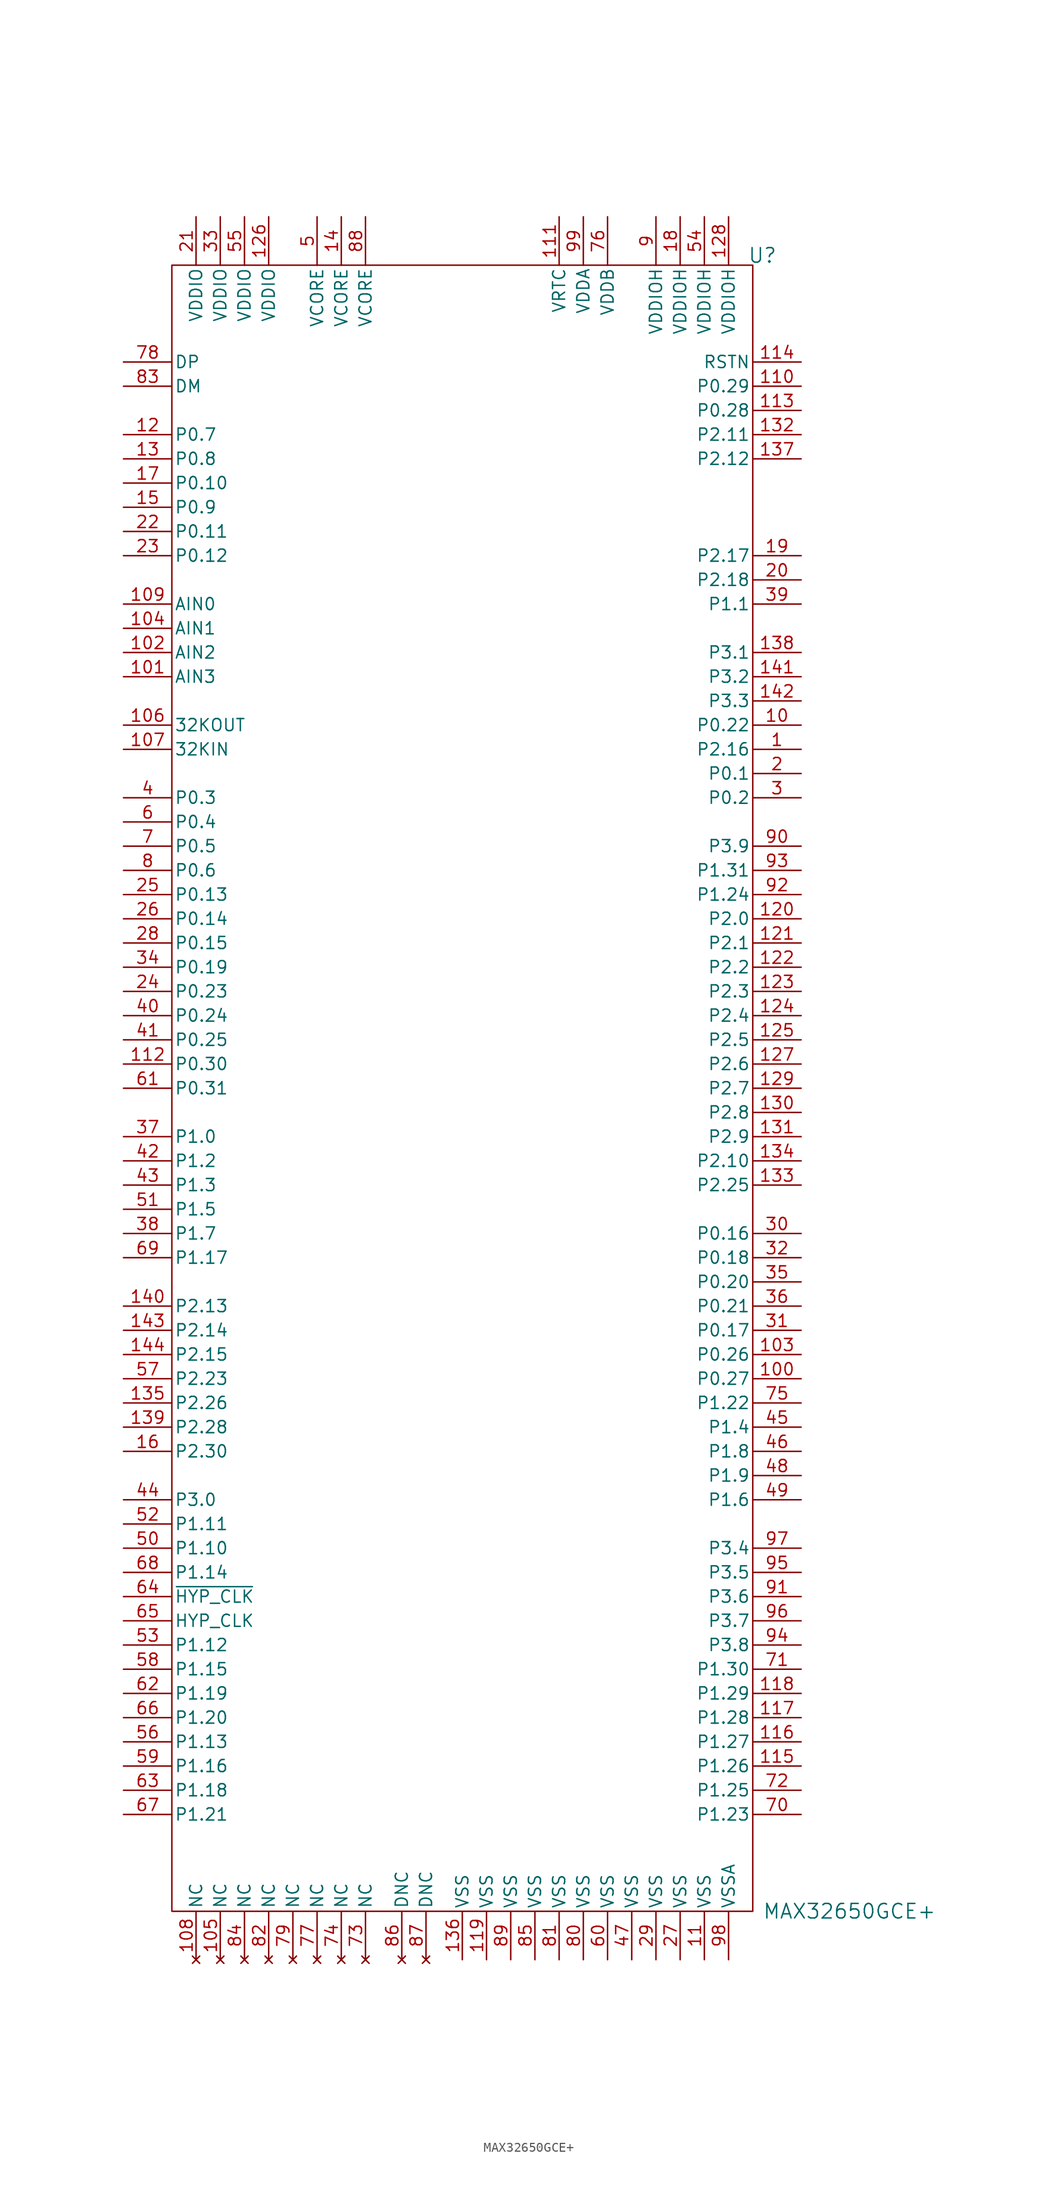
<source format=kicad_sym>
(kicad_symbol_lib
  (version 20231120)
  (generator "kicad_symbol_editor")
  (generator_version "8.0")
  (symbol "MAX32650GCE+"
    (pin_names
      (offset 0.254))
    (property "Reference" "U"
      (at 31.496 89.916 0)
      (effects (font (size 1.524 1.524))))
    (property "Value" "MAX32650GCE+"
      (at 31.496 -83.82 0)
      (effects (font (size 1.524 1.524)) (justify left)))
    (symbol "MAX32650GCE+_1_1"
      (rectangle (start -30.48 88.9) (end 30.48 -83.82) (stroke (width 0) (type default)) (fill (type none)))
      (pin bidirectional line (at 35.56 38.1 180) (length 5.08) (name "P2.16" (effects (font (size 1.27 1.27)))) (number "1" (effects (font (size 1.27 1.27)))) (alternate "CLCD_R5" bidirectional line) (alternate "UART1_TX" bidirectional line))
      (pin bidirectional line (at 35.56 40.64 180) (length 5.08) (name "P0.22" (effects (font (size 1.27 1.27)))) (number "10" (effects (font (size 1.27 1.27)))) (alternate "CLCD_VDEN" bidirectional line) (alternate "SPI0_SS0" bidirectional line))
      (pin bidirectional line (at 35.56 -27.94 180) (length 5.08) (name "P0.27" (effects (font (size 1.27 1.27)))) (number "100" (effects (font (size 1.27 1.27)))) (alternate "TDO" bidirectional line))
      (pin input line (at -35.56 45.72 0) (length 5.08) (name "AIN3" (effects (font (size 1.27 1.27)))) (number "101" (effects (font (size 1.27 1.27)))))
      (pin input line (at -35.56 48.26 0) (length 5.08) (name "AIN2" (effects (font (size 1.27 1.27)))) (number "102" (effects (font (size 1.27 1.27)))))
      (pin bidirectional line (at 35.56 -25.4 180) (length 5.08) (name "P0.26" (effects (font (size 1.27 1.27)))) (number "103" (effects (font (size 1.27 1.27)))) (alternate "TDI" bidirectional line))
      (pin input line (at -35.56 50.8 0) (length 5.08) (name "AIN1" (effects (font (size 1.27 1.27)))) (number "104" (effects (font (size 1.27 1.27)))))
      (pin no_connect line (at -25.4 -88.9 90) (length 5.08) (name "NC" (effects (font (size 1.27 1.27)))) (number "105" (effects (font (size 1.27 1.27)))))
      (pin output line (at -35.56 40.64 0) (length 5.08) (name "32KOUT" (effects (font (size 1.27 1.27)))) (number "106" (effects (font (size 1.27 1.27)))))
      (pin bidirectional line (at -35.56 38.1 0) (length 5.08) (name "32KIN" (effects (font (size 1.27 1.27)))) (number "107" (effects (font (size 1.27 1.27)))))
      (pin no_connect line (at -27.94 -88.9 90) (length 5.08) (name "NC" (effects (font (size 1.27 1.27)))) (number "108" (effects (font (size 1.27 1.27)))))
      (pin bidirectional line (at -35.56 53.34 0) (length 5.08) (name "AIN0" (effects (font (size 1.27 1.27)))) (number "109" (effects (font (size 1.27 1.27)))))
      (pin power_out line (at 25.4 -88.9 90) (length 5.08) (name "VSS" (effects (font (size 1.27 1.27)))) (number "11" (effects (font (size 1.27 1.27)))))
      (pin bidirectional line (at 35.56 76.2 180) (length 5.08) (name "P0.29" (effects (font (size 1.27 1.27)))) (number "110" (effects (font (size 1.27 1.27)))) (alternate "TCK (SWDCLK)" bidirectional line))
      (pin unspecified line (at 10.16 93.98 270) (length 5.08) (name "VRTC" (effects (font (size 1.27 1.27)))) (number "111" (effects (font (size 1.27 1.27)))))
      (pin bidirectional line (at -35.56 5.08 0) (length 5.08) (name "P0.30" (effects (font (size 1.27 1.27)))) (number "112" (effects (font (size 1.27 1.27)))) (alternate "CLCD_B0" bidirectional line))
      (pin bidirectional line (at 35.56 73.66 180) (length 5.08) (name "P0.28" (effects (font (size 1.27 1.27)))) (number "113" (effects (font (size 1.27 1.27)))) (alternate "TMS (SWDIO)" bidirectional line))
      (pin unspecified line (at 35.56 78.74 180) (length 5.08) (name "RSTN" (effects (font (size 1.27 1.27)))) (number "114" (effects (font (size 1.27 1.27)))))
      (pin bidirectional line (at 35.56 -68.58 180) (length 5.08) (name "P1.26" (effects (font (size 1.27 1.27)))) (number "115" (effects (font (size 1.27 1.27)))) (alternate "CLCD_B4" bidirectional line) (alternate "SPI1_SCK" bidirectional line))
      (pin bidirectional line (at 35.56 -66.04 180) (length 5.08) (name "P1.27" (effects (font (size 1.27 1.27)))) (number "116" (effects (font (size 1.27 1.27)))) (alternate "CLCD_B5" bidirectional line) (alternate "SPI1_SS3" bidirectional line))
      (pin bidirectional line (at 35.56 -63.5 180) (length 5.08) (name "P1.28" (effects (font (size 1.27 1.27)))) (number "117" (effects (font (size 1.27 1.27)))) (alternate "CLCD_B6" bidirectional line) (alternate "SPI1_MISO" bidirectional line))
      (pin bidirectional line (at 35.56 -60.96 180) (length 5.08) (name "P1.29" (effects (font (size 1.27 1.27)))) (number "118" (effects (font (size 1.27 1.27)))) (alternate "CLCD_B7" bidirectional line) (alternate "SPI1_MOSI" bidirectional line))
      (pin power_out line (at 2.54 -88.9 90) (length 5.08) (name "VSS" (effects (font (size 1.27 1.27)))) (number "119" (effects (font (size 1.27 1.27)))))
      (pin bidirectional line (at -35.56 71.12 0) (length 5.08) (name "P0.7" (effects (font (size 1.27 1.27)))) (number "12" (effects (font (size 1.27 1.27)))) (alternate "SPIXF_SS0" bidirectional line))
      (pin bidirectional line (at 35.56 20.32 180) (length 5.08) (name "P2.0" (effects (font (size 1.27 1.27)))) (number "120" (effects (font (size 1.27 1.27)))) (alternate "PT9" bidirectional line) (alternate "SPI2_SS2" bidirectional line))
      (pin bidirectional line (at 35.56 17.78 180) (length 5.08) (name "P2.1" (effects (font (size 1.27 1.27)))) (number "121" (effects (font (size 1.27 1.27)))) (alternate "PT10" bidirectional line) (alternate "SPI2_SS1" bidirectional line))
      (pin bidirectional line (at 35.56 15.24 180) (length 5.08) (name "P2.2" (effects (font (size 1.27 1.27)))) (number "122" (effects (font (size 1.27 1.27)))) (alternate "CLCD_LEND" bidirectional line) (alternate "SPI2_SCK (I2S-BCLK)" bidirectional line))
      (pin bidirectional line (at 35.56 12.7 180) (length 5.08) (name "P2.3" (effects (font (size 1.27 1.27)))) (number "123" (effects (font (size 1.27 1.27)))) (alternate "CLCD_PWREN" bidirectional line) (alternate "SPI2_MISO (I2S-SDI)" bidirectional line))
      (pin bidirectional line (at 35.56 10.16 180) (length 5.08) (name "P2.4" (effects (font (size 1.27 1.27)))) (number "124" (effects (font (size 1.27 1.27)))) (alternate "SPI2_MOSI (I2S-SDO)" bidirectional line))
      (pin bidirectional line (at 35.56 7.62 180) (length 5.08) (name "P2.5" (effects (font (size 1.27 1.27)))) (number "125" (effects (font (size 1.27 1.27)))) (alternate "PT11" bidirectional line) (alternate "SPI2_SS0 (I2S_LRCLK)" bidirectional line))
      (pin power_in line (at -20.32 93.98 270) (length 5.08) (name "VDDIO" (effects (font (size 1.27 1.27)))) (number "126" (effects (font (size 1.27 1.27)))))
      (pin bidirectional line (at 35.56 5.08 180) (length 5.08) (name "P2.6" (effects (font (size 1.27 1.27)))) (number "127" (effects (font (size 1.27 1.27)))) (alternate "CLCD_VSYNC" bidirectional line) (alternate "SPI2_SS3" bidirectional line))
      (pin power_in line (at 27.94 93.98 270) (length 5.08) (name "VDDIOH" (effects (font (size 1.27 1.27)))) (number "128" (effects (font (size 1.27 1.27)))))
      (pin bidirectional line (at 35.56 2.54 180) (length 5.08) (name "P2.7" (effects (font (size 1.27 1.27)))) (number "129" (effects (font (size 1.27 1.27)))) (alternate "I2C0_SDA" bidirectional line))
      (pin bidirectional line (at -35.56 68.58 0) (length 5.08) (name "P0.8" (effects (font (size 1.27 1.27)))) (number "13" (effects (font (size 1.27 1.27)))) (alternate "SPIXF_SCK" bidirectional line))
      (pin bidirectional line (at 35.56 0 180) (length 5.08) (name "P2.8" (effects (font (size 1.27 1.27)))) (number "130" (effects (font (size 1.27 1.27)))) (alternate "I2C0_SCL" bidirectional line))
      (pin bidirectional line (at 35.56 -2.54 180) (length 5.08) (name "P2.9" (effects (font (size 1.27 1.27)))) (number "131" (effects (font (size 1.27 1.27)))) (alternate "PT12" bidirectional line) (alternate "UART0_CTS" bidirectional line))
      (pin bidirectional line (at 35.56 71.12 180) (length 5.08) (name "P2.11" (effects (font (size 1.27 1.27)))) (number "132" (effects (font (size 1.27 1.27)))) (alternate "PT13" bidirectional line) (alternate "UART0_RX" bidirectional line))
      (pin bidirectional line (at 35.56 -7.62 180) (length 5.08) (name "P2.25" (effects (font (size 1.27 1.27)))) (number "133" (effects (font (size 1.27 1.27)))) (alternate "PT11" bidirectional line))
      (pin bidirectional line (at 35.56 -5.08 180) (length 5.08) (name "P2.10" (effects (font (size 1.27 1.27)))) (number "134" (effects (font (size 1.27 1.27)))) (alternate "PT14" bidirectional line) (alternate "UART0_RTS" bidirectional line))
      (pin bidirectional line (at -35.56 -30.48 0) (length 5.08) (name "P2.26" (effects (font (size 1.27 1.27)))) (number "135" (effects (font (size 1.27 1.27)))) (alternate "PT12" bidirectional line))
      (pin power_out line (at 0 -88.9 90) (length 5.08) (name "VSS" (effects (font (size 1.27 1.27)))) (number "136" (effects (font (size 1.27 1.27)))))
      (pin bidirectional line (at 35.56 68.58 180) (length 5.08) (name "P2.12" (effects (font (size 1.27 1.27)))) (number "137" (effects (font (size 1.27 1.27)))) (alternate "PT15" bidirectional line) (alternate "UART0_TX" bidirectional line))
      (pin bidirectional line (at 35.56 48.26 180) (length 5.08) (name "P3.1" (effects (font (size 1.27 1.27)))) (number "138" (effects (font (size 1.27 1.27)))) (alternate "SPI0_MISO" bidirectional line))
      (pin bidirectional line (at -35.56 -33.02 0) (length 5.08) (name "P2.28" (effects (font (size 1.27 1.27)))) (number "139" (effects (font (size 1.27 1.27)))) (alternate "PT14" bidirectional line))
      (pin unspecified line (at -12.7 93.98 270) (length 5.08) (name "VCORE" (effects (font (size 1.27 1.27)))) (number "14" (effects (font (size 1.27 1.27)))))
      (pin bidirectional line (at -35.56 -20.32 0) (length 5.08) (name "P2.13" (effects (font (size 1.27 1.27)))) (number "140" (effects (font (size 1.27 1.27)))) (alternate "CLCD_R2" bidirectional line) (alternate "UART1_CTS" bidirectional line))
      (pin bidirectional line (at 35.56 45.72 180) (length 5.08) (name "P3.2" (effects (font (size 1.27 1.27)))) (number "141" (effects (font (size 1.27 1.27)))) (alternate "SPI0_MOSI" bidirectional line))
      (pin bidirectional line (at 35.56 43.18 180) (length 5.08) (name "P3.3" (effects (font (size 1.27 1.27)))) (number "142" (effects (font (size 1.27 1.27)))) (alternate "SPI0_SCK" bidirectional line))
      (pin bidirectional line (at -35.56 -22.86 0) (length 5.08) (name "P2.14" (effects (font (size 1.27 1.27)))) (number "143" (effects (font (size 1.27 1.27)))) (alternate "CLCD_R3" bidirectional line) (alternate "UART1_RX" bidirectional line))
      (pin bidirectional line (at -35.56 -25.4 0) (length 5.08) (name "P2.15" (effects (font (size 1.27 1.27)))) (number "144" (effects (font (size 1.27 1.27)))) (alternate "CLCD_R4" bidirectional line) (alternate "UART1_RTS" bidirectional line))
      (pin bidirectional line (at -35.56 63.5 0) (length 5.08) (name "P0.9" (effects (font (size 1.27 1.27)))) (number "15" (effects (font (size 1.27 1.27)))) (alternate "SPIXF_SDIO1" bidirectional line))
      (pin bidirectional line (at -35.56 -35.56 0) (length 5.08) (name "P2.30" (effects (font (size 1.27 1.27)))) (number "16" (effects (font (size 1.27 1.27)))) (alternate "PT1" bidirectional line))
      (pin bidirectional line (at -35.56 66.04 0) (length 5.08) (name "P0.10" (effects (font (size 1.27 1.27)))) (number "17" (effects (font (size 1.27 1.27)))) (alternate "SPIXF_SDIO0" bidirectional line))
      (pin power_in line (at 22.86 93.98 270) (length 5.08) (name "VDDIOH" (effects (font (size 1.27 1.27)))) (number "18" (effects (font (size 1.27 1.27)))))
      (pin bidirectional line (at 35.56 58.42 180) (length 5.08) (name "P2.17" (effects (font (size 1.27 1.27)))) (number "19" (effects (font (size 1.27 1.27)))) (alternate "CLCD_R6" bidirectional line) (alternate "I2C1_SDA" bidirectional line))
      (pin bidirectional line (at 35.56 35.56 180) (length 5.08) (name "P0.1" (effects (font (size 1.27 1.27)))) (number "2" (effects (font (size 1.27 1.27)))) (alternate "SPIXR_SDIO0" bidirectional line))
      (pin bidirectional line (at 35.56 55.88 180) (length 5.08) (name "P2.18" (effects (font (size 1.27 1.27)))) (number "20" (effects (font (size 1.27 1.27)))) (alternate "CLCD_R7" bidirectional line) (alternate "I2C1_SCL" bidirectional line))
      (pin power_in line (at -27.94 93.98 270) (length 5.08) (name "VDDIO" (effects (font (size 1.27 1.27)))) (number "21" (effects (font (size 1.27 1.27)))))
      (pin bidirectional line (at -35.56 60.96 0) (length 5.08) (name "P0.11" (effects (font (size 1.27 1.27)))) (number "22" (effects (font (size 1.27 1.27)))) (alternate "SPIXF_SDIO2" bidirectional line))
      (pin bidirectional line (at -35.56 58.42 0) (length 5.08) (name "P0.12" (effects (font (size 1.27 1.27)))) (number "23" (effects (font (size 1.27 1.27)))) (alternate "SPIXF_SDIO3" bidirectional line))
      (pin bidirectional line (at -35.56 12.7 0) (length 5.08) (name "P0.23" (effects (font (size 1.27 1.27)))) (number "24" (effects (font (size 1.27 1.27)))) (alternate "CLCD_CLK" bidirectional line) (alternate "PT15" bidirectional line))
      (pin bidirectional line (at -35.56 22.86 0) (length 5.08) (name "P0.13" (effects (font (size 1.27 1.27)))) (number "25" (effects (font (size 1.27 1.27)))) (alternate "CLCD_G0" bidirectional line) (alternate "SPI3_SS1" bidirectional line))
      (pin bidirectional line (at -35.56 20.32 0) (length 5.08) (name "P0.14" (effects (font (size 1.27 1.27)))) (number "26" (effects (font (size 1.27 1.27)))) (alternate "CLCD_G1" bidirectional line) (alternate "SPI3_SS2" bidirectional line))
      (pin power_out line (at 22.86 -88.9 90) (length 5.08) (name "VSS" (effects (font (size 1.27 1.27)))) (number "27" (effects (font (size 1.27 1.27)))))
      (pin bidirectional line (at -35.56 17.78 0) (length 5.08) (name "P0.15" (effects (font (size 1.27 1.27)))) (number "28" (effects (font (size 1.27 1.27)))) (alternate "CLCD_G2" bidirectional line) (alternate "SPI3_SDIO3" bidirectional line))
      (pin power_out line (at 20.32 -88.9 90) (length 5.08) (name "VSS" (effects (font (size 1.27 1.27)))) (number "29" (effects (font (size 1.27 1.27)))))
      (pin bidirectional line (at 35.56 33.02 180) (length 5.08) (name "P0.2" (effects (font (size 1.27 1.27)))) (number "3" (effects (font (size 1.27 1.27)))) (alternate "SPIXR_SDIO2" bidirectional line))
      (pin bidirectional line (at 35.56 -12.7 180) (length 5.08) (name "P0.16" (effects (font (size 1.27 1.27)))) (number "30" (effects (font (size 1.27 1.27)))) (alternate "CLCD_G3" bidirectional line) (alternate "SPI3_SCK" bidirectional line))
      (pin bidirectional line (at 35.56 -22.86 180) (length 5.08) (name "P0.17" (effects (font (size 1.27 1.27)))) (number "31" (effects (font (size 1.27 1.27)))) (alternate "CLCD_G4" bidirectional line) (alternate "SPI3_SDIO2" bidirectional line))
      (pin bidirectional line (at 35.56 -15.24 180) (length 5.08) (name "P0.18" (effects (font (size 1.27 1.27)))) (number "32" (effects (font (size 1.27 1.27)))) (alternate "CLCD_G5" bidirectional line) (alternate "SPI3_SS3" bidirectional line))
      (pin power_in line (at -25.4 93.98 270) (length 5.08) (name "VDDIO" (effects (font (size 1.27 1.27)))) (number "33" (effects (font (size 1.27 1.27)))))
      (pin bidirectional line (at -35.56 15.24 0) (length 5.08) (name "P0.19" (effects (font (size 1.27 1.27)))) (number "34" (effects (font (size 1.27 1.27)))) (alternate "CLCD_G6" bidirectional line) (alternate "SPI3_SS0" bidirectional line))
      (pin bidirectional line (at 35.56 -17.78 180) (length 5.08) (name "P0.20" (effects (font (size 1.27 1.27)))) (number "35" (effects (font (size 1.27 1.27)))) (alternate "CLCD_G7" bidirectional line) (alternate "SPI3_SDIO1" bidirectional line))
      (pin bidirectional line (at 35.56 -20.32 180) (length 5.08) (name "P0.21" (effects (font (size 1.27 1.27)))) (number "36" (effects (font (size 1.27 1.27)))) (alternate "SPI3_SDIO0" bidirectional line))
      (pin bidirectional line (at -35.56 -2.54 0) (length 5.08) (name "P1.0" (effects (font (size 1.27 1.27)))) (number "37" (effects (font (size 1.27 1.27)))) (alternate "SDHC_CMD" bidirectional line) (alternate "SPIXF_SDIO3" bidirectional line))
      (pin bidirectional line (at -35.56 -12.7 0) (length 5.08) (name "P1.7" (effects (font (size 1.27 1.27)))) (number "38" (effects (font (size 1.27 1.27)))) (alternate "PT1" bidirectional line) (alternate "UART2_CTS" bidirectional line))
      (pin bidirectional line (at 35.56 53.34 180) (length 5.08) (name "P1.1" (effects (font (size 1.27 1.27)))) (number "39" (effects (font (size 1.27 1.27)))) (alternate "SDHC_DAT2" bidirectional line) (alternate "SPIXF_SDIO1" bidirectional line))
      (pin bidirectional line (at -35.56 33.02 0) (length 5.08) (name "P0.3" (effects (font (size 1.27 1.27)))) (number "4" (effects (font (size 1.27 1.27)))) (alternate "SPIXR_SCK" bidirectional line))
      (pin bidirectional line (at -35.56 10.16 0) (length 5.08) (name "P0.24" (effects (font (size 1.27 1.27)))) (number "40" (effects (font (size 1.27 1.27)))) (alternate "CLCD_HSYNC" bidirectional line) (alternate "RXEV" bidirectional line))
      (pin bidirectional line (at -35.56 7.62 0) (length 5.08) (name "P0.25" (effects (font (size 1.27 1.27)))) (number "41" (effects (font (size 1.27 1.27)))) (alternate "CLCD_B0" bidirectional line) (alternate "TXEV" bidirectional line))
      (pin bidirectional line (at -35.56 -5.08 0) (length 5.08) (name "P1.2" (effects (font (size 1.27 1.27)))) (number "42" (effects (font (size 1.27 1.27)))) (alternate "SDHC_WP" bidirectional line) (alternate "SPIXF_SS0" bidirectional line))
      (pin bidirectional line (at -35.56 -7.62 0) (length 5.08) (name "P1.3" (effects (font (size 1.27 1.27)))) (number "43" (effects (font (size 1.27 1.27)))) (alternate "CLCD_CLK" bidirectional line) (alternate "SDHC_DAT3" bidirectional line))
      (pin bidirectional line (at -35.56 -40.64 0) (length 5.08) (name "P3.0" (effects (font (size 1.27 1.27)))) (number "44" (effects (font (size 1.27 1.27)))) (alternate "HYP_CS1N" bidirectional line) (alternate "PDOWN" bidirectional line))
      (pin bidirectional line (at 35.56 -33.02 180) (length 5.08) (name "P1.4" (effects (font (size 1.27 1.27)))) (number "45" (effects (font (size 1.27 1.27)))) (alternate "SDHC_DAT0" bidirectional line) (alternate "SPIXF_SDIO0" bidirectional line))
      (pin bidirectional line (at 35.56 -35.56 180) (length 5.08) (name "P1.8" (effects (font (size 1.27 1.27)))) (number "46" (effects (font (size 1.27 1.27)))) (alternate "PT2" bidirectional line) (alternate "UART2_RTS" bidirectional line))
      (pin power_out line (at 17.78 -88.9 90) (length 5.08) (name "VSS" (effects (font (size 1.27 1.27)))) (number "47" (effects (font (size 1.27 1.27)))))
      (pin bidirectional line (at 35.56 -38.1 180) (length 5.08) (name "P1.9" (effects (font (size 1.27 1.27)))) (number "48" (effects (font (size 1.27 1.27)))) (alternate "PT3" bidirectional line) (alternate "UART2_RX" bidirectional line))
      (pin bidirectional line (at 35.56 -40.64 180) (length 5.08) (name "P1.6" (effects (font (size 1.27 1.27)))) (number "49" (effects (font (size 1.27 1.27)))) (alternate "PT0" bidirectional line) (alternate "SDHC_DAT1" bidirectional line))
      (pin power_in line (at -15.24 93.98 270) (length 5.08) (name "VCORE" (effects (font (size 1.27 1.27)))) (number "5" (effects (font (size 1.27 1.27)))))
      (pin bidirectional line (at -35.56 -45.72 0) (length 5.08) (name "P1.10" (effects (font (size 1.27 1.27)))) (number "50" (effects (font (size 1.27 1.27)))) (alternate "PT4" bidirectional line) (alternate "UART2_TX" bidirectional line))
      (pin bidirectional line (at -35.56 -10.16 0) (length 5.08) (name "P1.5" (effects (font (size 1.27 1.27)))) (number "51" (effects (font (size 1.27 1.27)))) (alternate "SDHC_CLK" bidirectional line) (alternate "SPIXF_SCK" bidirectional line))
      (pin bidirectional line (at -35.56 -43.18 0) (length 5.08) (name "P1.11" (effects (font (size 1.27 1.27)))) (number "52" (effects (font (size 1.27 1.27)))) (alternate "HYP_CS0N" bidirectional line) (alternate "SPIXR_SDIO0" bidirectional line))
      (pin bidirectional line (at -35.56 -55.88 0) (length 5.08) (name "P1.12" (effects (font (size 1.27 1.27)))) (number "53" (effects (font (size 1.27 1.27)))) (alternate "HYP_D0" bidirectional line) (alternate "SPIXR_SDIO1" bidirectional line))
      (pin power_in line (at 25.4 93.98 270) (length 5.08) (name "VDDIOH" (effects (font (size 1.27 1.27)))) (number "54" (effects (font (size 1.27 1.27)))))
      (pin power_in line (at -22.86 93.98 270) (length 5.08) (name "VDDIO" (effects (font (size 1.27 1.27)))) (number "55" (effects (font (size 1.27 1.27)))))
      (pin bidirectional line (at -35.56 -66.04 0) (length 5.08) (name "P1.13" (effects (font (size 1.27 1.27)))) (number "56" (effects (font (size 1.27 1.27)))) (alternate "HYP_D4" bidirectional line) (alternate "SPIXR_SS0" bidirectional line))
      (pin bidirectional line (at -35.56 -27.94 0) (length 5.08) (name "P2.23" (effects (font (size 1.27 1.27)))) (number "57" (effects (font (size 1.27 1.27)))) (alternate "PT6" bidirectional line) (alternate "SPIXR_SDIO3" bidirectional line))
      (pin bidirectional line (at -35.56 -58.42 0) (length 5.08) (name "P1.15" (effects (font (size 1.27 1.27)))) (number "58" (effects (font (size 1.27 1.27)))) (alternate "HYP_D1" bidirectional line) (alternate "SPIXR_SDIO2" bidirectional line))
      (pin bidirectional line (at -35.56 -68.58 0) (length 5.08) (name "P1.16" (effects (font (size 1.27 1.27)))) (number "59" (effects (font (size 1.27 1.27)))) (alternate "HYP_D5" bidirectional line) (alternate "SPIXR_SCK" bidirectional line))
      (pin bidirectional line (at -35.56 30.48 0) (length 5.08) (name "P0.4" (effects (font (size 1.27 1.27)))) (number "6" (effects (font (size 1.27 1.27)))) (alternate "SPIXR_SDIO3" bidirectional line))
      (pin power_out line (at 15.24 -88.9 90) (length 5.08) (name "VSS" (effects (font (size 1.27 1.27)))) (number "60" (effects (font (size 1.27 1.27)))))
      (pin bidirectional line (at -35.56 2.54 0) (length 5.08) (name "P0.31" (effects (font (size 1.27 1.27)))) (number "61" (effects (font (size 1.27 1.27)))) (alternate "32KCAL" bidirectional line) (alternate "SDHC_CDN" bidirectional line))
      (pin bidirectional line (at -35.56 -60.96 0) (length 5.08) (name "P1.19" (effects (font (size 1.27 1.27)))) (number "62" (effects (font (size 1.27 1.27)))) (alternate "HYP_D2" bidirectional line) (alternate "PT7" bidirectional line))
      (pin bidirectional line (at -35.56 -71.12 0) (length 5.08) (name "P1.18" (effects (font (size 1.27 1.27)))) (number "63" (effects (font (size 1.27 1.27)))) (alternate "HYP_D6" bidirectional line) (alternate "PT6" bidirectional line))
      (pin unspecified line (at -35.56 -50.8 0) (length 5.08) (name "~{HYP_CLK}" (effects (font (size 1.27 1.27)))) (number "64" (effects (font (size 1.27 1.27)))))
      (pin unspecified line (at -35.56 -53.34 0) (length 5.08) (name "HYP_CLK" (effects (font (size 1.27 1.27)))) (number "65" (effects (font (size 1.27 1.27)))))
      (pin bidirectional line (at -35.56 -63.5 0) (length 5.08) (name "P1.20" (effects (font (size 1.27 1.27)))) (number "66" (effects (font (size 1.27 1.27)))) (alternate "CLCD_HSYNC" bidirectional line) (alternate "HYP_D3" bidirectional line))
      (pin bidirectional line (at -35.56 -73.66 0) (length 5.08) (name "P1.21" (effects (font (size 1.27 1.27)))) (number "67" (effects (font (size 1.27 1.27)))) (alternate "HYP_D7" bidirectional line) (alternate "PT8" bidirectional line))
      (pin bidirectional line (at -35.56 -48.26 0) (length 5.08) (name "P1.14" (effects (font (size 1.27 1.27)))) (number "68" (effects (font (size 1.27 1.27)))) (alternate "HYP_RWDS" bidirectional line) (alternate "PT5" bidirectional line))
      (pin bidirectional line (at -35.56 -15.24 0) (length 5.08) (name "P1.17" (effects (font (size 1.27 1.27)))) (number "69" (effects (font (size 1.27 1.27)))) (alternate "PT9" bidirectional line))
      (pin bidirectional line (at -35.56 27.94 0) (length 5.08) (name "P0.5" (effects (font (size 1.27 1.27)))) (number "7" (effects (font (size 1.27 1.27)))) (alternate "SPIXR_SDIO1" bidirectional line))
      (pin bidirectional line (at 35.56 -73.66 180) (length 5.08) (name "P1.23" (effects (font (size 1.27 1.27)))) (number "70" (effects (font (size 1.27 1.27)))) (alternate "CLCD_B1" bidirectional line) (alternate "SPI1_SS0" bidirectional line))
      (pin bidirectional line (at 35.56 -58.42 180) (length 5.08) (name "P1.30" (effects (font (size 1.27 1.27)))) (number "71" (effects (font (size 1.27 1.27)))) (alternate "CLCD_R0" bidirectional line) (alternate "OWM_PUPEN" bidirectional line))
      (pin bidirectional line (at 35.56 -71.12 180) (length 5.08) (name "P1.25" (effects (font (size 1.27 1.27)))) (number "72" (effects (font (size 1.27 1.27)))) (alternate "CLCD_B3" bidirectional line) (alternate "SPI1_SS1" bidirectional line))
      (pin no_connect line (at -10.16 -88.9 90) (length 5.08) (name "NC" (effects (font (size 1.27 1.27)))) (number "73" (effects (font (size 1.27 1.27)))))
      (pin no_connect line (at -12.7 -88.9 90) (length 5.08) (name "NC" (effects (font (size 1.27 1.27)))) (number "74" (effects (font (size 1.27 1.27)))))
      (pin bidirectional line (at 35.56 -30.48 180) (length 5.08) (name "P1.22" (effects (font (size 1.27 1.27)))) (number "75" (effects (font (size 1.27 1.27)))))
      (pin power_in line (at 15.24 93.98 270) (length 5.08) (name "VDDB" (effects (font (size 1.27 1.27)))) (number "76" (effects (font (size 1.27 1.27)))))
      (pin no_connect line (at -15.24 -88.9 90) (length 5.08) (name "NC" (effects (font (size 1.27 1.27)))) (number "77" (effects (font (size 1.27 1.27)))))
      (pin unspecified line (at -35.56 78.74 0) (length 5.08) (name "DP" (effects (font (size 1.27 1.27)))) (number "78" (effects (font (size 1.27 1.27)))))
      (pin no_connect line (at -17.78 -88.9 90) (length 5.08) (name "NC" (effects (font (size 1.27 1.27)))) (number "79" (effects (font (size 1.27 1.27)))))
      (pin bidirectional line (at -35.56 25.4 0) (length 5.08) (name "P0.6" (effects (font (size 1.27 1.27)))) (number "8" (effects (font (size 1.27 1.27)))) (alternate "SPIXR_SS0" bidirectional line))
      (pin power_out line (at 12.7 -88.9 90) (length 5.08) (name "VSS" (effects (font (size 1.27 1.27)))) (number "80" (effects (font (size 1.27 1.27)))))
      (pin power_out line (at 10.16 -88.9 90) (length 5.08) (name "VSS" (effects (font (size 1.27 1.27)))) (number "81" (effects (font (size 1.27 1.27)))))
      (pin no_connect line (at -20.32 -88.9 90) (length 5.08) (name "NC" (effects (font (size 1.27 1.27)))) (number "82" (effects (font (size 1.27 1.27)))))
      (pin unspecified line (at -35.56 76.2 0) (length 5.08) (name "DM" (effects (font (size 1.27 1.27)))) (number "83" (effects (font (size 1.27 1.27)))))
      (pin no_connect line (at -22.86 -88.9 90) (length 5.08) (name "NC" (effects (font (size 1.27 1.27)))) (number "84" (effects (font (size 1.27 1.27)))))
      (pin power_out line (at 7.62 -88.9 90) (length 5.08) (name "VSS" (effects (font (size 1.27 1.27)))) (number "85" (effects (font (size 1.27 1.27)))))
      (pin no_connect line (at -6.35 -88.9 90) (length 5.08) (name "DNC" (effects (font (size 1.27 1.27)))) (number "86" (effects (font (size 1.27 1.27)))))
      (pin no_connect line (at -3.81 -88.9 90) (length 5.08) (name "DNC" (effects (font (size 1.27 1.27)))) (number "87" (effects (font (size 1.27 1.27)))))
      (pin unspecified line (at -10.16 93.98 270) (length 5.08) (name "VCORE" (effects (font (size 1.27 1.27)))) (number "88" (effects (font (size 1.27 1.27)))))
      (pin power_out line (at 5.08 -88.9 90) (length 5.08) (name "VSS" (effects (font (size 1.27 1.27)))) (number "89" (effects (font (size 1.27 1.27)))))
      (pin power_in line (at 20.32 93.98 270) (length 5.08) (name "VDDIOH" (effects (font (size 1.27 1.27)))) (number "9" (effects (font (size 1.27 1.27)))))
      (pin bidirectional line (at 35.56 27.94 180) (length 5.08) (name "P3.9" (effects (font (size 1.27 1.27)))) (number "90" (effects (font (size 1.27 1.27)))) (alternate "TMR5" bidirectional line))
      (pin bidirectional line (at 35.56 -50.8 180) (length 5.08) (name "P3.6" (effects (font (size 1.27 1.27)))) (number "91" (effects (font (size 1.27 1.27)))) (alternate "TMR4" bidirectional line))
      (pin bidirectional line (at 35.56 22.86 180) (length 5.08) (name "P1.24" (effects (font (size 1.27 1.27)))) (number "92" (effects (font (size 1.27 1.27)))) (alternate "CLCD_B2" bidirectional line) (alternate "SPI1_SS2" bidirectional line))
      (pin bidirectional line (at 35.56 25.4 180) (length 5.08) (name "P1.31" (effects (font (size 1.27 1.27)))) (number "93" (effects (font (size 1.27 1.27)))) (alternate "CLCD_R1" bidirectional line) (alternate "OWM_IO" bidirectional line))
      (pin bidirectional line (at 35.56 -55.88 180) (length 5.08) (name "P3.8" (effects (font (size 1.27 1.27)))) (number "94" (effects (font (size 1.27 1.27)))) (alternate "TMR3" bidirectional line))
      (pin bidirectional line (at 35.56 -48.26 180) (length 5.08) (name "P3.5" (effects (font (size 1.27 1.27)))) (number "95" (effects (font (size 1.27 1.27)))) (alternate "TMR2" bidirectional line))
      (pin bidirectional line (at 35.56 -53.34 180) (length 5.08) (name "P3.7" (effects (font (size 1.27 1.27)))) (number "96" (effects (font (size 1.27 1.27)))) (alternate "TMR1" bidirectional line))
      (pin bidirectional line (at 35.56 -45.72 180) (length 5.08) (name "P3.4" (effects (font (size 1.27 1.27)))) (number "97" (effects (font (size 1.27 1.27)))) (alternate "TMR0" bidirectional line))
      (pin power_out line (at 27.94 -88.9 90) (length 5.08) (name "VSSA" (effects (font (size 1.27 1.27)))) (number "98" (effects (font (size 1.27 1.27)))))
      (pin power_in line (at 12.7 93.98 270) (length 5.08) (name "VDDA" (effects (font (size 1.27 1.27)))) (number "99" (effects (font (size 1.27 1.27))))))))
</source>
